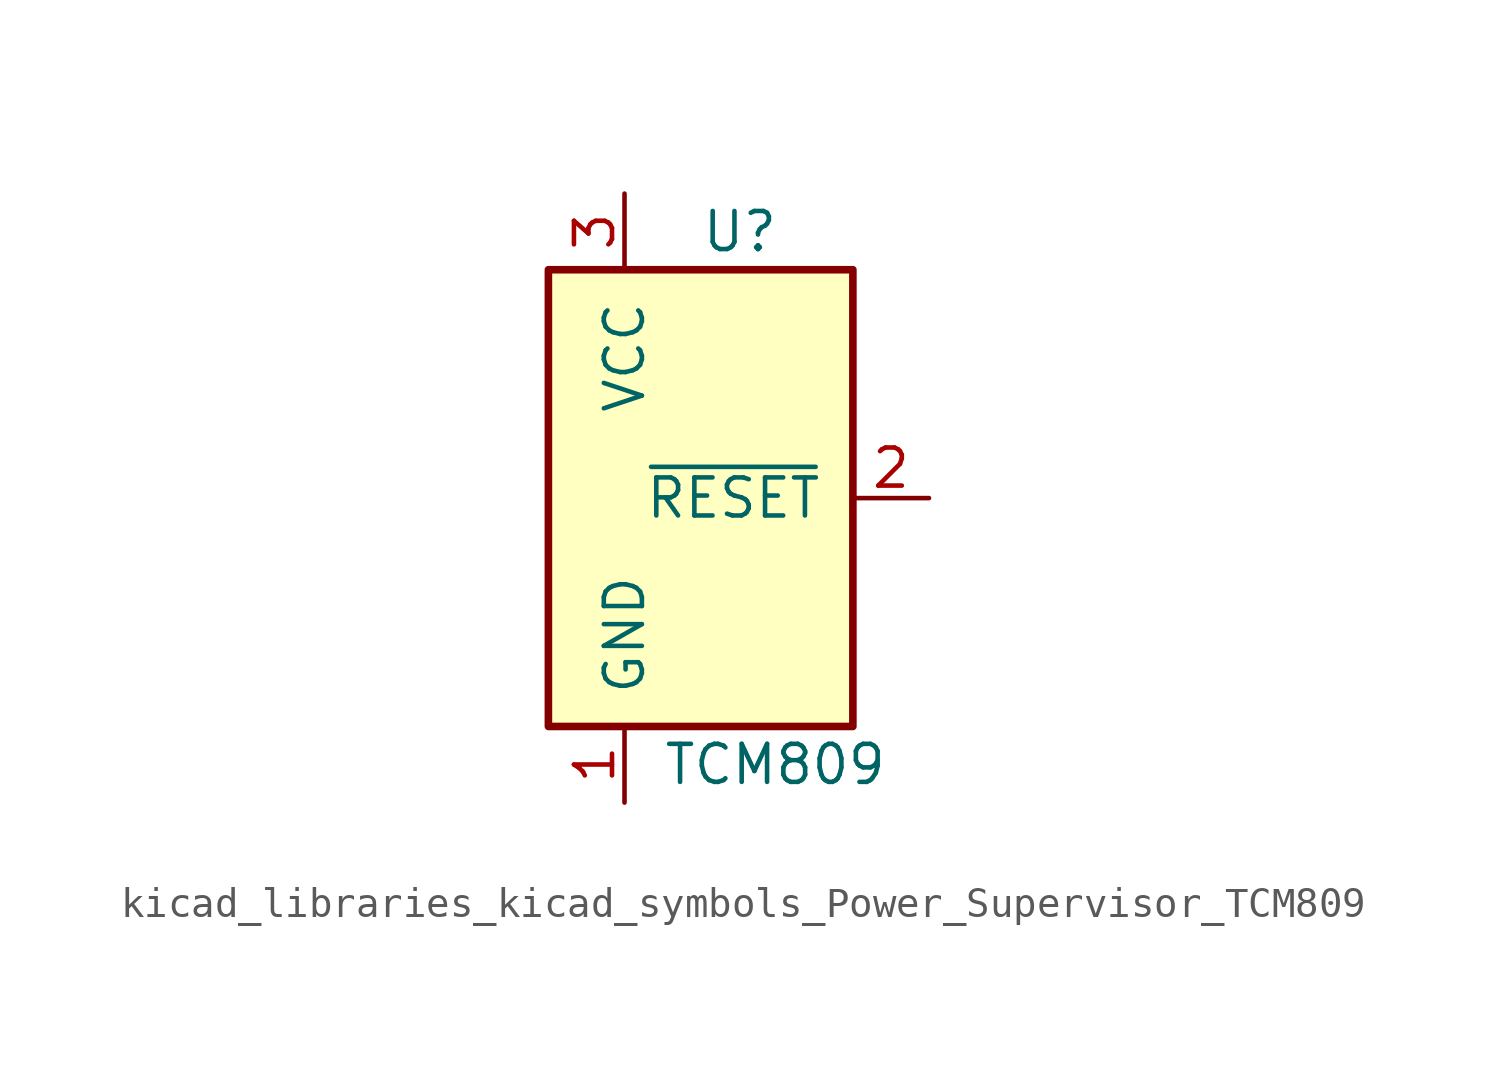
<source format=kicad_sym>
(kicad_symbol_lib
  (version 20220914)
  (generator kicad_symbol_editor)
  (symbol "kicad_libraries_kicad_symbols_Power_Supervisor_TCM809"
    (pin_names
      (offset 1.016))
    (property "Reference" "U"
      (at 0 8.89 0)
      (effects (font (size 1.27 1.27)) (justify left)))
    (property "Value" "TCM809"
      (at -1.27 -8.89 0)
      (effects (font (size 1.27 1.27)) (justify left)))
    (symbol "kicad_libraries_kicad_symbols_Power_Supervisor_TCM809_1_1"
      (rectangle (start -5.08 7.62) (end 5.08 -7.62) (stroke (width 0.254) (type default)) (fill (type background)))
      (pin power_in line (at -2.54 -10.16 90) (length 2.54) (name "GND" (effects (font (size 1.27 1.27)))) (number "1" (effects (font (size 1.27 1.27)))))
      (pin output line (at 7.62 0 180) (length 2.54) (name "~{RESET}" (effects (font (size 1.27 1.27)))) (number "2" (effects (font (size 1.27 1.27)))))
      (pin power_in line (at -2.54 10.16 270) (length 2.54) (name "VCC" (effects (font (size 1.27 1.27)))) (number "3" (effects (font (size 1.27 1.27))))))))
</source>
